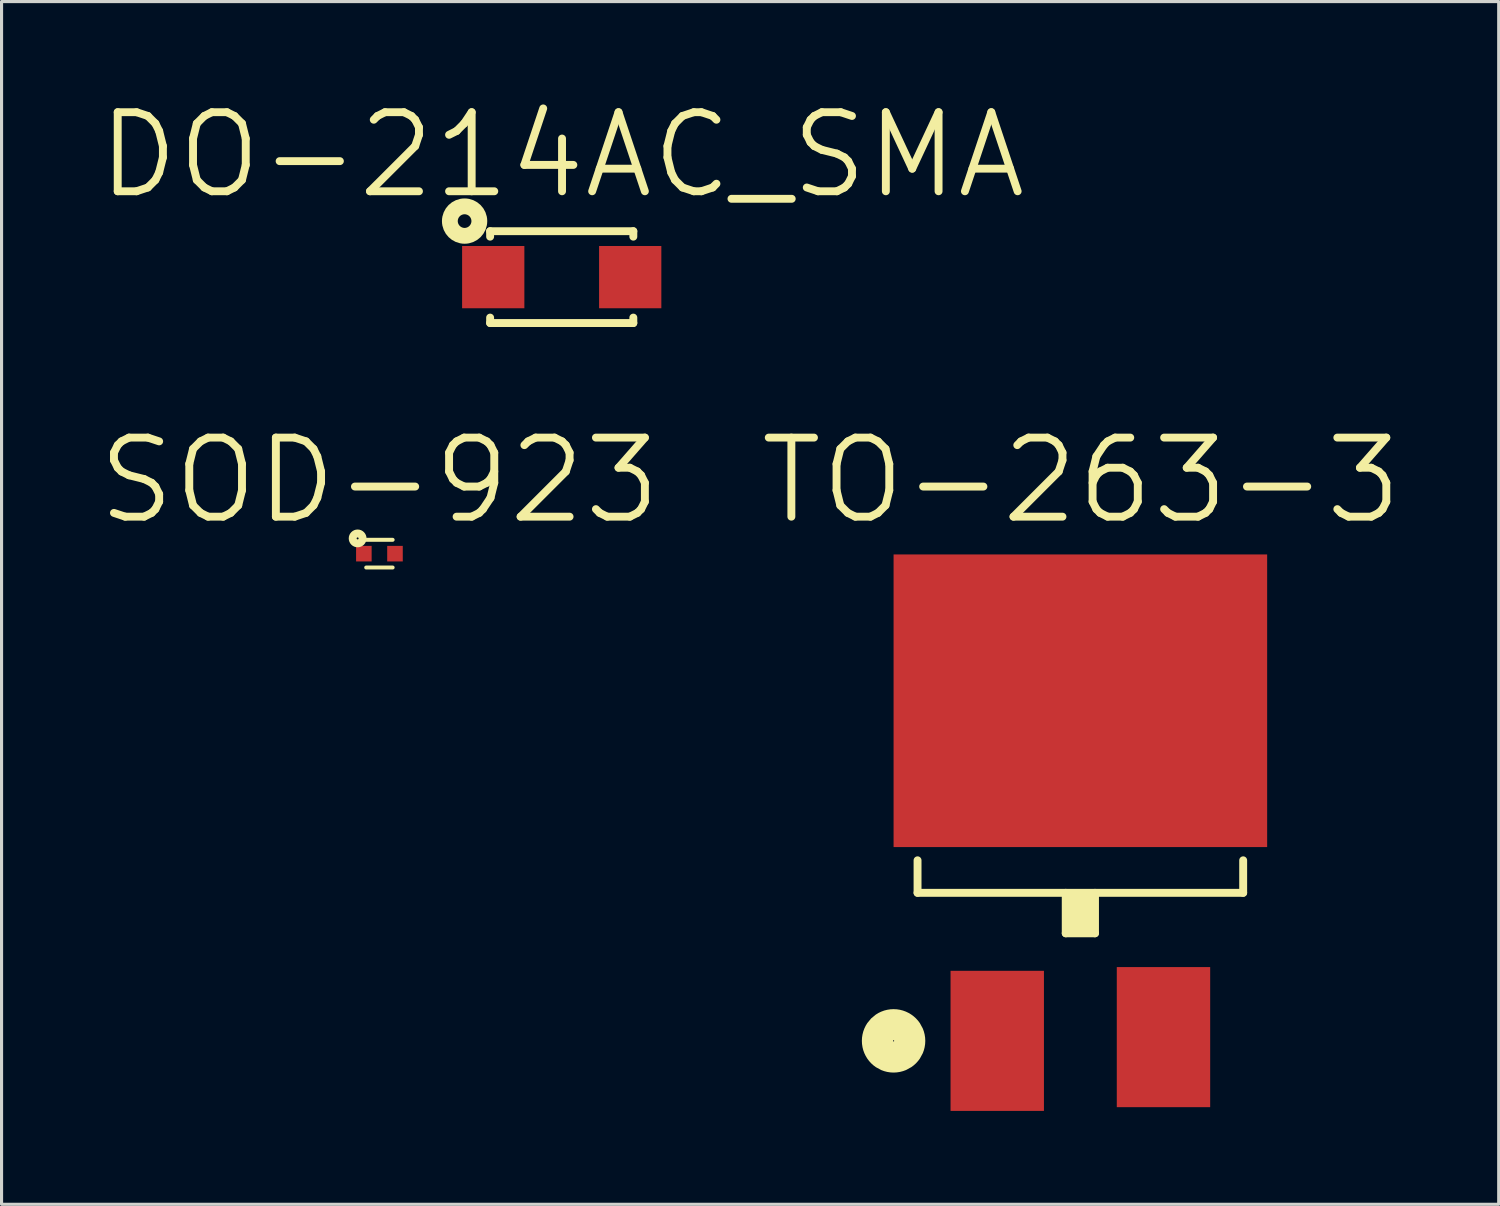
<source format=kicad_pcb>
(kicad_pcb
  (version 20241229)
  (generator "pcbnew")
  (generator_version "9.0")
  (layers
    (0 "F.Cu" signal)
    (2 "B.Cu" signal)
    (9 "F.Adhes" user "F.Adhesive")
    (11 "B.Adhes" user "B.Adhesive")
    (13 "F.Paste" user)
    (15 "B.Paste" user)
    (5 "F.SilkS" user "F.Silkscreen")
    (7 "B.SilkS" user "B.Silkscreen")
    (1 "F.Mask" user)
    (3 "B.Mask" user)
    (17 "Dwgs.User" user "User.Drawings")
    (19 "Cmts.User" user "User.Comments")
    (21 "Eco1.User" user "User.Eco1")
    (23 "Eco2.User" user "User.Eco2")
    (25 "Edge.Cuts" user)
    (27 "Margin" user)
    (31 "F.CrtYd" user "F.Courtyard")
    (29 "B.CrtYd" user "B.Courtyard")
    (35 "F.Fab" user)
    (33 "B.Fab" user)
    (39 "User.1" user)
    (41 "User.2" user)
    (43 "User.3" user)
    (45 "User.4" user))
  (footprint "SOD-923"
    (layer "F.Cu")
    (at 9.138 14.735)
    (property "Reference" "SOD-923" (at 0 -2.35 0) (layer "F.SilkS") (effects (font (size 2.54 2.54) (thickness 0.254))))
    (attr through_hole)
    (fp_line (start -0.425 0.445) (end 0.425 0.445) (stroke (width 0.127) (type solid)) (layer "F.SilkS"))
    (fp_line (start 0.425 -0.445) (end -0.425 -0.445) (stroke (width 0.127) (type solid)) (layer "F.SilkS"))
    (fp_circle (center -0.7 -0.49) (end -0.67 -0.5) (stroke (width 0.254) (type solid)) (fill no) (layer "F.SilkS"))
    (pad "1" smd rect (at -0.5 0) (size 0.5 0.5) (layers "F.Cu" "F.Mask" "F.Paste"))
    (pad "2" smd rect (at 0.5 0) (size 0.5 0.5) (layers "F.Cu" "F.Mask" "F.Paste")))
  (footprint "TO-263-3"
    (layer "F.Cu")
    (at 31.654 30.385)
    (property "Reference" "TO-263-3" (at 0.03 -18 0) (layer "F.SilkS") (effects (font (size 2.54 2.54) (thickness 0.254))))
    (attr through_hole)
    (fp_line (start -5.23 -4.755) (end -5.23 -5.8) (stroke (width 0.254) (type solid)) (layer "F.SilkS"))
    (fp_line (start -5.23 -4.755) (end 5.23 -4.755) (stroke (width 0.254) (type solid)) (layer "F.SilkS"))
    (fp_line (start -0.47 -4.755) (end -0.47 -3.455) (stroke (width 0.254) (type solid)) (layer "F.SilkS"))
    (fp_line (start -0.47 -3.455) (end 0.47 -3.455) (stroke (width 0.254) (type solid)) (layer "F.SilkS"))
    (fp_line (start -0.37 -4.46) (end 0.3 -4.48) (stroke (width 0.254) (type solid)) (layer "F.SilkS"))
    (fp_line (start -0.37 -3.61) (end 0.37 -3.6) (stroke (width 0.254) (type solid)) (layer "F.SilkS"))
    (fp_line (start -0.35 -4.15) (end 0.37 -4.15) (stroke (width 0.254) (type solid)) (layer "F.SilkS"))
    (fp_line (start -0.34 -3.96) (end 0.36 -3.99) (stroke (width 0.254) (type solid)) (layer "F.SilkS"))
    (fp_line (start -0.33 -4.58) (end 0.33 -4.59) (stroke (width 0.254) (type solid)) (layer "F.SilkS"))
    (fp_line (start -0.33 -4.3) (end 0.36 -4.31) (stroke (width 0.254) (type solid)) (layer "F.SilkS"))
    (fp_line (start -0.33 -3.76) (end 0.36 -3.81) (stroke (width 0.254) (type solid)) (layer "F.SilkS"))
    (fp_line (start 0.3 -4.48) (end -0.33 -4.58) (stroke (width 0.254) (type solid)) (layer "F.SilkS"))
    (fp_line (start 0.36 -4.31) (end -0.37 -4.46) (stroke (width 0.254) (type solid)) (layer "F.SilkS"))
    (fp_line (start 0.36 -3.99) (end -0.35 -4.15) (stroke (width 0.254) (type solid)) (layer "F.SilkS"))
    (fp_line (start 0.36 -3.81) (end -0.34 -3.96) (stroke (width 0.254) (type solid)) (layer "F.SilkS"))
    (fp_line (start 0.37 -4.15) (end -0.33 -4.3) (stroke (width 0.254) (type solid)) (layer "F.SilkS"))
    (fp_line (start 0.37 -3.6) (end -0.33 -3.76) (stroke (width 0.254) (type solid)) (layer "F.SilkS"))
    (fp_line (start 0.47 -4.755) (end 0.47 -3.455) (stroke (width 0.254) (type solid)) (layer "F.SilkS"))
    (fp_line (start 5.23 -4.755) (end 5.23 -5.8) (stroke (width 0.254) (type solid)) (layer "F.SilkS"))
    (fp_circle (center -6 0) (end -5.67 -0.4) (stroke (width 1) (type solid)) (fill no) (layer "F.SilkS"))
    (pad "1" smd rect (at -2.67 0) (size 3 4.5) (layers "F.Cu" "F.Mask" "F.Paste"))
    (pad "2" smd rect (at 2.67 -0.12) (size 3 4.5) (layers "F.Cu" "F.Mask" "F.Paste"))
    (pad "3" smd rect (at 0 -10.925) (size 12 9.4) (layers "F.Cu" "F.Mask" "F.Paste")))
  (footprint "DO-214AC_SMA"
    (layer "F.Cu")
    (at 14.994 5.852)
    (property "Reference" "DO-214AC_SMA" (at 0.01 -3.92 0) (layer "F.SilkS") (effects (font (size 2.54 2.54) (thickness 0.254))))
    (attr through_hole)
    (fp_line (start -2.3 -1.475) (end -2.3 -1.3) (stroke (width 0.254) (type solid)) (layer "F.SilkS"))
    (fp_line (start -2.3 1.475) (end -2.3 1.3) (stroke (width 0.254) (type solid)) (layer "F.SilkS"))
    (fp_line (start -2.3 1.475) (end 2.3 1.475) (stroke (width 0.254) (type solid)) (layer "F.SilkS"))
    (fp_line (start 2.3 -1.475) (end -2.3 -1.475) (stroke (width 0.254) (type solid)) (layer "F.SilkS"))
    (fp_line (start 2.3 -1.475) (end 2.3 -1.3) (stroke (width 0.254) (type solid)) (layer "F.SilkS"))
    (fp_line (start 2.3 1.475) (end 2.3 1.3) (stroke (width 0.254) (type solid)) (layer "F.SilkS"))
    (fp_circle (center -3.12 -1.8) (end -2.93 -1.91) (stroke (width 0.508) (type solid)) (fill no) (layer "F.SilkS"))
    (pad "1" smd rect (at -2.2 0) (size 2 2) (layers "F.Cu" "F.Mask" "F.Paste"))
    (pad "2" smd rect (at 2.2 0) (size 2 2) (layers "F.Cu" "F.Mask" "F.Paste")))
  (gr_rect
    (start -3 -3)
    (end 45.092 35.635)
    (stroke (width 0.1) (type default))
    (fill no)
    (layer "Edge.Cuts")))
</source>
